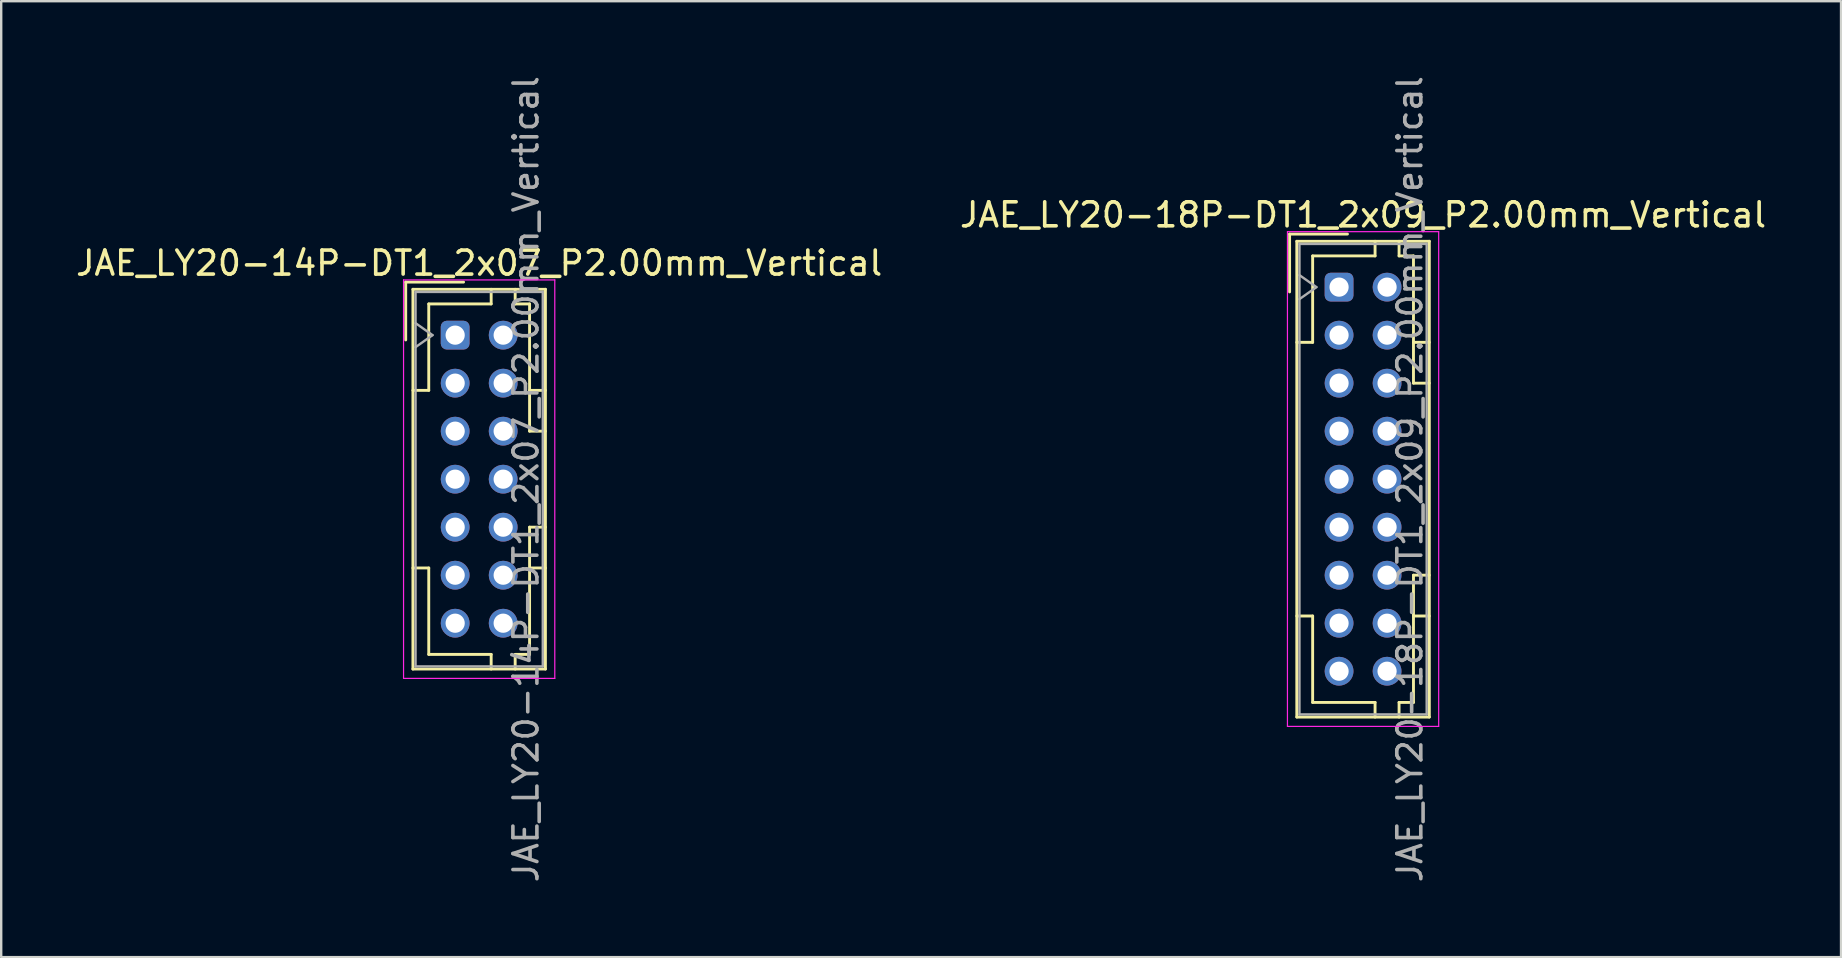
<source format=kicad_pcb>
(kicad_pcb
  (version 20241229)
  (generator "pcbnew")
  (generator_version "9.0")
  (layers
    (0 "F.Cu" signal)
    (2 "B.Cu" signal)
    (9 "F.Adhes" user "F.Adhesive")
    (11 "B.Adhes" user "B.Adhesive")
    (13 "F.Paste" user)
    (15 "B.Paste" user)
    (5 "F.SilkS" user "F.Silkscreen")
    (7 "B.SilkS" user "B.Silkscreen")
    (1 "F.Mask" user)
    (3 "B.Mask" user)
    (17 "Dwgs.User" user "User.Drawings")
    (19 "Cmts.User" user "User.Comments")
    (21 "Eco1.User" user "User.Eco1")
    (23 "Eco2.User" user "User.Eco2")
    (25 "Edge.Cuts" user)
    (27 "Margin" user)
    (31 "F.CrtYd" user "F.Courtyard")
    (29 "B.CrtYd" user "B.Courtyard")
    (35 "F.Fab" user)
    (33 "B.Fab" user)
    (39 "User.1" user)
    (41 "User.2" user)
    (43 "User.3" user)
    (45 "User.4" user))
  (footprint "JAE_LY20-14P-DT1_2x07_P2.00mm_Vertical"
    (layer "F.Cu")
    (at 15.911 10.911)
    (property "Reference" "JAE_LY20-14P-DT1_2x07_P2.00mm_Vertical" (at 1 -3 0) (layer "F.SilkS") (effects (font (size 1 1) (thickness 0.15))))
    (attr through_hole)
    (fp_line (start -2.06 -2.21) (end -2.06 0.2) (stroke (width 0.12) (type solid)) (layer "F.SilkS"))
    (fp_line (start -1.76 -1.91) (end -1.76 13.91) (stroke (width 0.12) (type solid)) (layer "F.SilkS"))
    (fp_line (start -1.76 13.91) (end 3.76 13.91) (stroke (width 0.12) (type solid)) (layer "F.SilkS"))
    (fp_line (start -1.1 -1.3) (end -1.1 2.3) (stroke (width 0.12) (type solid)) (layer "F.SilkS"))
    (fp_line (start -1.1 2.3) (end -1.76 2.3) (stroke (width 0.12) (type solid)) (layer "F.SilkS"))
    (fp_line (start -1.1 9.7) (end -1.76 9.7) (stroke (width 0.12) (type solid)) (layer "F.SilkS"))
    (fp_line (start -1.1 13.3) (end -1.1 9.7) (stroke (width 0.12) (type solid)) (layer "F.SilkS"))
    (fp_line (start 0.35 -2.21) (end -2.06 -2.21) (stroke (width 0.12) (type solid)) (layer "F.SilkS"))
    (fp_line (start 1.5 -1.91) (end 1.5 -1.3) (stroke (width 0.12) (type solid)) (layer "F.SilkS"))
    (fp_line (start 1.5 -1.3) (end -1.1 -1.3) (stroke (width 0.12) (type solid)) (layer "F.SilkS"))
    (fp_line (start 1.5 13.3) (end -1.1 13.3) (stroke (width 0.12) (type solid)) (layer "F.SilkS"))
    (fp_line (start 1.5 13.91) (end 1.5 13.3) (stroke (width 0.12) (type solid)) (layer "F.SilkS"))
    (fp_line (start 2.5 -1.91) (end 2.5 -1.3) (stroke (width 0.12) (type solid)) (layer "F.SilkS"))
    (fp_line (start 2.5 -1.3) (end 3.1 -1.3) (stroke (width 0.12) (type solid)) (layer "F.SilkS"))
    (fp_line (start 2.5 13.3) (end 3.1 13.3) (stroke (width 0.12) (type solid)) (layer "F.SilkS"))
    (fp_line (start 2.5 13.91) (end 2.5 13.3) (stroke (width 0.12) (type solid)) (layer "F.SilkS"))
    (fp_line (start 3.1 -1.3) (end 3.1 4) (stroke (width 0.12) (type solid)) (layer "F.SilkS"))
    (fp_line (start 3.1 4) (end 3.76 4) (stroke (width 0.12) (type solid)) (layer "F.SilkS"))
    (fp_line (start 3.1 8) (end 3.76 8) (stroke (width 0.12) (type solid)) (layer "F.SilkS"))
    (fp_line (start 3.1 13.3) (end 3.1 8) (stroke (width 0.12) (type solid)) (layer "F.SilkS"))
    (fp_line (start 3.76 -1.91) (end -1.76 -1.91) (stroke (width 0.12) (type solid)) (layer "F.SilkS"))
    (fp_line (start 3.76 2.3) (end 3.1 2.3) (stroke (width 0.12) (type solid)) (layer "F.SilkS"))
    (fp_line (start 3.76 9.7) (end 3.1 9.7) (stroke (width 0.12) (type solid)) (layer "F.SilkS"))
    (fp_line (start 3.76 13.91) (end 3.76 -1.91) (stroke (width 0.12) (type solid)) (layer "F.SilkS"))
    (fp_line (start -2.15 -2.3) (end -2.15 14.3) (stroke (width 0.05) (type solid)) (layer "F.CrtYd"))
    (fp_line (start -2.15 14.3) (end 4.15 14.3) (stroke (width 0.05) (type solid)) (layer "F.CrtYd"))
    (fp_line (start 4.15 -2.3) (end -2.15 -2.3) (stroke (width 0.05) (type solid)) (layer "F.CrtYd"))
    (fp_line (start 4.15 14.3) (end 4.15 -2.3) (stroke (width 0.05) (type solid)) (layer "F.CrtYd"))
    (fp_line (start -1.65 -1.8) (end -1.65 13.8) (stroke (width 0.1) (type solid)) (layer "F.Fab"))
    (fp_line (start -1.65 0.5) (end -0.943 0) (stroke (width 0.1) (type solid)) (layer "F.Fab"))
    (fp_line (start -1.65 13.8) (end 3.65 13.8) (stroke (width 0.1) (type solid)) (layer "F.Fab"))
    (fp_line (start -0.943 0) (end -1.65 -0.5) (stroke (width 0.1) (type solid)) (layer "F.Fab"))
    (fp_line (start 3.65 -1.8) (end -1.65 -1.8) (stroke (width 0.1) (type solid)) (layer "F.Fab"))
    (fp_line (start 3.65 13.8) (end 3.65 -1.8) (stroke (width 0.1) (type solid)) (layer "F.Fab"))
    (fp_text user "${REFERENCE}" (at 2.95 6 90) (layer "F.Fab") (effects (font (size 1 1) (thickness 0.15))))
    (pad "a1" thru_hole roundrect (at 0 0) (size 1.2 1.2) (drill 0.8) (layers "*.Cu" "*.Mask") (roundrect_rratio 0.208))
    (pad "a2" thru_hole circle (at 0 2) (size 1.2 1.2) (drill 0.8) (layers "*.Cu" "*.Mask"))
    (pad "a3" thru_hole circle (at 0 4) (size 1.2 1.2) (drill 0.8) (layers "*.Cu" "*.Mask"))
    (pad "a4" thru_hole circle (at 0 6) (size 1.2 1.2) (drill 0.8) (layers "*.Cu" "*.Mask"))
    (pad "a5" thru_hole circle (at 0 8) (size 1.2 1.2) (drill 0.8) (layers "*.Cu" "*.Mask"))
    (pad "a6" thru_hole circle (at 0 10) (size 1.2 1.2) (drill 0.8) (layers "*.Cu" "*.Mask"))
    (pad "a7" thru_hole circle (at 0 12) (size 1.2 1.2) (drill 0.8) (layers "*.Cu" "*.Mask"))
    (pad "b1" thru_hole circle (at 2 0) (size 1.2 1.2) (drill 0.8) (layers "*.Cu" "*.Mask"))
    (pad "b2" thru_hole circle (at 2 2) (size 1.2 1.2) (drill 0.8) (layers "*.Cu" "*.Mask"))
    (pad "b3" thru_hole circle (at 2 4) (size 1.2 1.2) (drill 0.8) (layers "*.Cu" "*.Mask"))
    (pad "b4" thru_hole circle (at 2 6) (size 1.2 1.2) (drill 0.8) (layers "*.Cu" "*.Mask"))
    (pad "b5" thru_hole circle (at 2 8) (size 1.2 1.2) (drill 0.8) (layers "*.Cu" "*.Mask"))
    (pad "b6" thru_hole circle (at 2 10) (size 1.2 1.2) (drill 0.8) (layers "*.Cu" "*.Mask"))
    (pad "b7" thru_hole circle (at 2 12) (size 1.2 1.2) (drill 0.8) (layers "*.Cu" "*.Mask")))
  (footprint "JAE_LY20-18P-DT1_2x09_P2.00mm_Vertical"
    (layer "F.Cu")
    (at 52.732 8.911)
    (property "Reference" "JAE_LY20-18P-DT1_2x09_P2.00mm_Vertical" (at 1 -3.01 0) (layer "F.SilkS") (effects (font (size 1 1) (thickness 0.15))))
    (attr through_hole)
    (fp_line (start -2.06 -2.21) (end -2.06 0.2) (stroke (width 0.12) (type solid)) (layer "F.SilkS"))
    (fp_line (start -1.76 -1.91) (end -1.76 17.91) (stroke (width 0.12) (type solid)) (layer "F.SilkS"))
    (fp_line (start -1.76 17.91) (end 3.76 17.91) (stroke (width 0.12) (type solid)) (layer "F.SilkS"))
    (fp_line (start -1.1 -1.3) (end -1.1 2.3) (stroke (width 0.12) (type solid)) (layer "F.SilkS"))
    (fp_line (start -1.1 2.3) (end -1.76 2.3) (stroke (width 0.12) (type solid)) (layer "F.SilkS"))
    (fp_line (start -1.1 13.7) (end -1.76 13.7) (stroke (width 0.12) (type solid)) (layer "F.SilkS"))
    (fp_line (start -1.1 17.3) (end -1.1 13.7) (stroke (width 0.12) (type solid)) (layer "F.SilkS"))
    (fp_line (start 0.35 -2.21) (end -2.06 -2.21) (stroke (width 0.12) (type solid)) (layer "F.SilkS"))
    (fp_line (start 1.5 -1.91) (end 1.5 -1.3) (stroke (width 0.12) (type solid)) (layer "F.SilkS"))
    (fp_line (start 1.5 -1.3) (end -1.1 -1.3) (stroke (width 0.12) (type solid)) (layer "F.SilkS"))
    (fp_line (start 1.5 17.3) (end -1.1 17.3) (stroke (width 0.12) (type solid)) (layer "F.SilkS"))
    (fp_line (start 1.5 17.91) (end 1.5 17.3) (stroke (width 0.12) (type solid)) (layer "F.SilkS"))
    (fp_line (start 2.5 -1.91) (end 2.5 -1.3) (stroke (width 0.12) (type solid)) (layer "F.SilkS"))
    (fp_line (start 2.5 -1.3) (end 3.1 -1.3) (stroke (width 0.12) (type solid)) (layer "F.SilkS"))
    (fp_line (start 2.5 17.3) (end 3.1 17.3) (stroke (width 0.12) (type solid)) (layer "F.SilkS"))
    (fp_line (start 2.5 17.91) (end 2.5 17.3) (stroke (width 0.12) (type solid)) (layer "F.SilkS"))
    (fp_line (start 3.1 -1.3) (end 3.1 4) (stroke (width 0.12) (type solid)) (layer "F.SilkS"))
    (fp_line (start 3.1 4) (end 3.76 4) (stroke (width 0.12) (type solid)) (layer "F.SilkS"))
    (fp_line (start 3.1 12) (end 3.76 12) (stroke (width 0.12) (type solid)) (layer "F.SilkS"))
    (fp_line (start 3.1 17.3) (end 3.1 12) (stroke (width 0.12) (type solid)) (layer "F.SilkS"))
    (fp_line (start 3.76 -1.91) (end -1.76 -1.91) (stroke (width 0.12) (type solid)) (layer "F.SilkS"))
    (fp_line (start 3.76 2.3) (end 3.1 2.3) (stroke (width 0.12) (type solid)) (layer "F.SilkS"))
    (fp_line (start 3.76 13.7) (end 3.1 13.7) (stroke (width 0.12) (type solid)) (layer "F.SilkS"))
    (fp_line (start 3.76 17.91) (end 3.76 -1.91) (stroke (width 0.12) (type solid)) (layer "F.SilkS"))
    (fp_line (start -2.15 -2.31) (end -2.15 18.3) (stroke (width 0.05) (type solid)) (layer "F.CrtYd"))
    (fp_line (start -2.15 18.3) (end 4.15 18.3) (stroke (width 0.05) (type solid)) (layer "F.CrtYd"))
    (fp_line (start 4.15 -2.31) (end -2.15 -2.31) (stroke (width 0.05) (type solid)) (layer "F.CrtYd"))
    (fp_line (start 4.15 18.3) (end 4.15 -2.31) (stroke (width 0.05) (type solid)) (layer "F.CrtYd"))
    (fp_line (start -1.65 -1.8) (end -1.65 17.8) (stroke (width 0.1) (type solid)) (layer "F.Fab"))
    (fp_line (start -1.65 0.5) (end -0.943 0) (stroke (width 0.1) (type solid)) (layer "F.Fab"))
    (fp_line (start -1.65 17.8) (end 3.65 17.8) (stroke (width 0.1) (type solid)) (layer "F.Fab"))
    (fp_line (start -0.943 0) (end -1.65 -0.5) (stroke (width 0.1) (type solid)) (layer "F.Fab"))
    (fp_line (start 3.65 -1.8) (end -1.65 -1.8) (stroke (width 0.1) (type solid)) (layer "F.Fab"))
    (fp_line (start 3.65 17.8) (end 3.65 -1.8) (stroke (width 0.1) (type solid)) (layer "F.Fab"))
    (fp_text user "${REFERENCE}" (at 2.95 8 90) (layer "F.Fab") (effects (font (size 1 1) (thickness 0.15))))
    (pad "a1" thru_hole roundrect (at 0 0) (size 1.2 1.2) (drill 0.8) (layers "*.Cu" "*.Mask") (roundrect_rratio 0.208))
    (pad "a2" thru_hole circle (at 0 2) (size 1.2 1.2) (drill 0.8) (layers "*.Cu" "*.Mask"))
    (pad "a3" thru_hole circle (at 0 4) (size 1.2 1.2) (drill 0.8) (layers "*.Cu" "*.Mask"))
    (pad "a4" thru_hole circle (at 0 6) (size 1.2 1.2) (drill 0.8) (layers "*.Cu" "*.Mask"))
    (pad "a5" thru_hole circle (at 0 8) (size 1.2 1.2) (drill 0.8) (layers "*.Cu" "*.Mask"))
    (pad "a6" thru_hole circle (at 0 10) (size 1.2 1.2) (drill 0.8) (layers "*.Cu" "*.Mask"))
    (pad "a7" thru_hole circle (at 0 12) (size 1.2 1.2) (drill 0.8) (layers "*.Cu" "*.Mask"))
    (pad "a8" thru_hole circle (at 0 14) (size 1.2 1.2) (drill 0.8) (layers "*.Cu" "*.Mask"))
    (pad "a9" thru_hole circle (at 0 16) (size 1.2 1.2) (drill 0.8) (layers "*.Cu" "*.Mask"))
    (pad "b1" thru_hole circle (at 2 0) (size 1.2 1.2) (drill 0.8) (layers "*.Cu" "*.Mask"))
    (pad "b2" thru_hole circle (at 2 2) (size 1.2 1.2) (drill 0.8) (layers "*.Cu" "*.Mask"))
    (pad "b3" thru_hole circle (at 2 4) (size 1.2 1.2) (drill 0.8) (layers "*.Cu" "*.Mask"))
    (pad "b4" thru_hole circle (at 2 6) (size 1.2 1.2) (drill 0.8) (layers "*.Cu" "*.Mask"))
    (pad "b5" thru_hole circle (at 2 8) (size 1.2 1.2) (drill 0.8) (layers "*.Cu" "*.Mask"))
    (pad "b6" thru_hole circle (at 2 10) (size 1.2 1.2) (drill 0.8) (layers "*.Cu" "*.Mask"))
    (pad "b7" thru_hole circle (at 2 12) (size 1.2 1.2) (drill 0.8) (layers "*.Cu" "*.Mask"))
    (pad "b8" thru_hole circle (at 2 14) (size 1.2 1.2) (drill 0.8) (layers "*.Cu" "*.Mask"))
    (pad "b9" thru_hole circle (at 2 16) (size 1.2 1.2) (drill 0.8) (layers "*.Cu" "*.Mask")))
  (gr_rect
    (start -3 -3)
    (end 73.643 36.821)
    (stroke (width 0.1) (type default))
    (fill no)
    (layer "Edge.Cuts")))
</source>
